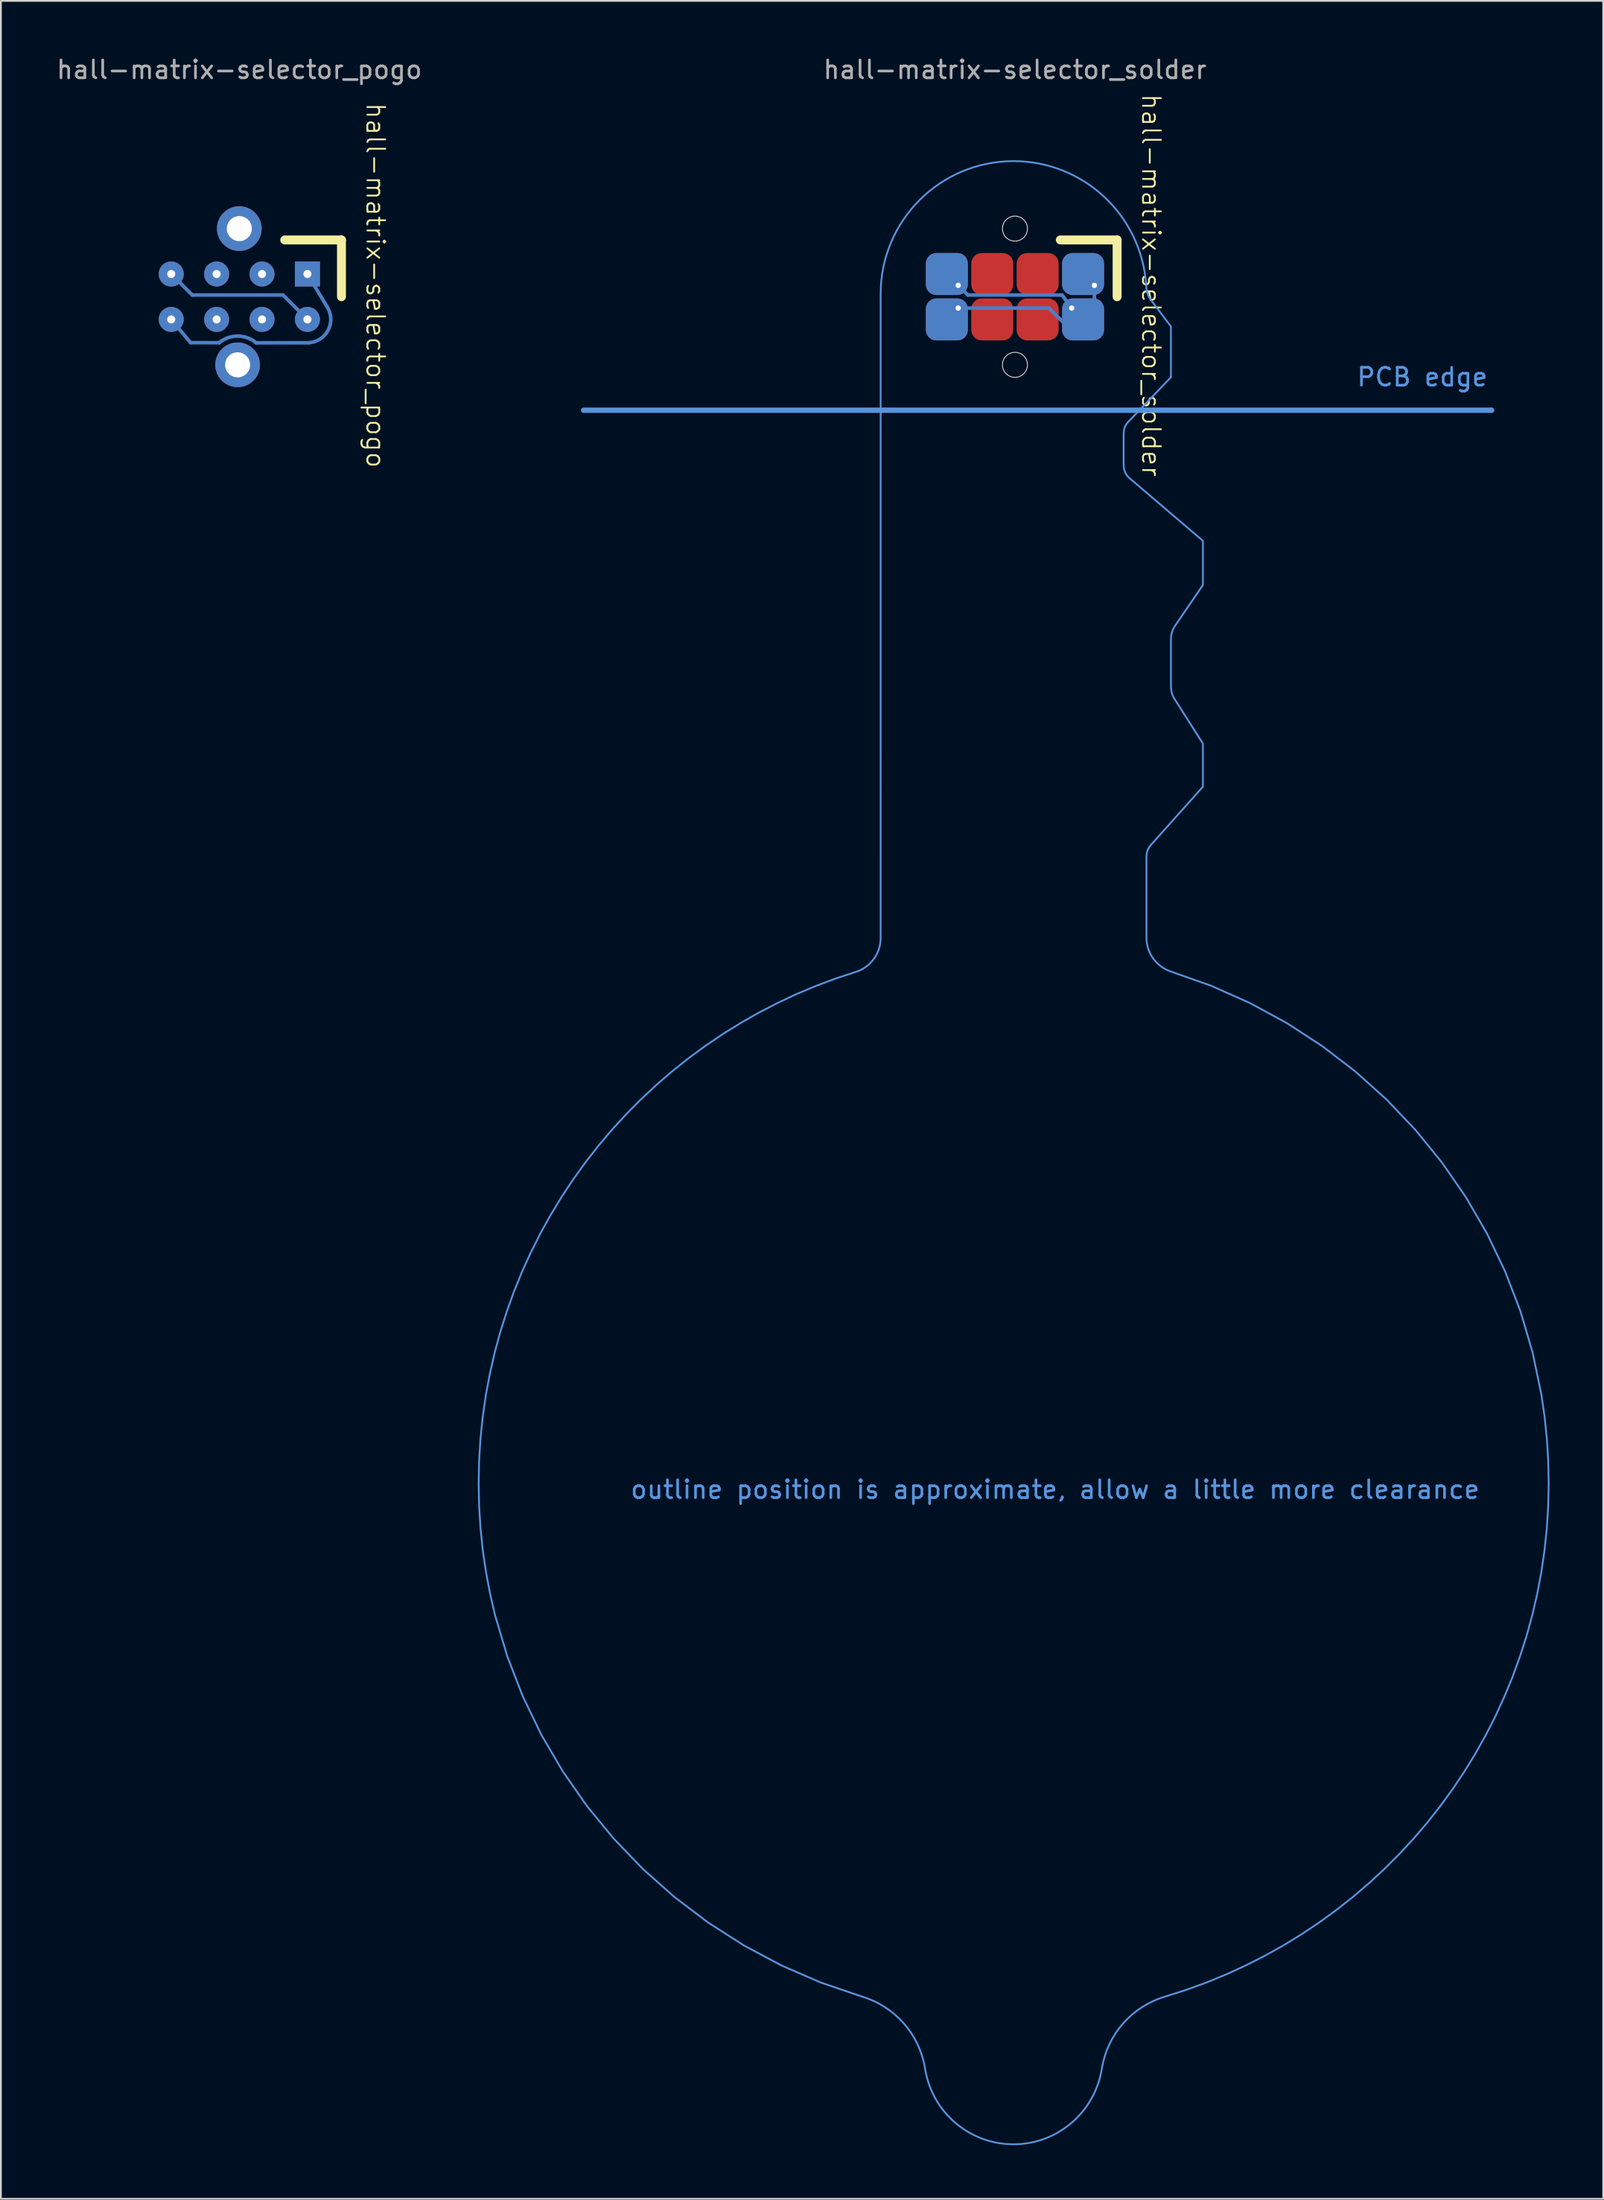
<source format=kicad_pcb>
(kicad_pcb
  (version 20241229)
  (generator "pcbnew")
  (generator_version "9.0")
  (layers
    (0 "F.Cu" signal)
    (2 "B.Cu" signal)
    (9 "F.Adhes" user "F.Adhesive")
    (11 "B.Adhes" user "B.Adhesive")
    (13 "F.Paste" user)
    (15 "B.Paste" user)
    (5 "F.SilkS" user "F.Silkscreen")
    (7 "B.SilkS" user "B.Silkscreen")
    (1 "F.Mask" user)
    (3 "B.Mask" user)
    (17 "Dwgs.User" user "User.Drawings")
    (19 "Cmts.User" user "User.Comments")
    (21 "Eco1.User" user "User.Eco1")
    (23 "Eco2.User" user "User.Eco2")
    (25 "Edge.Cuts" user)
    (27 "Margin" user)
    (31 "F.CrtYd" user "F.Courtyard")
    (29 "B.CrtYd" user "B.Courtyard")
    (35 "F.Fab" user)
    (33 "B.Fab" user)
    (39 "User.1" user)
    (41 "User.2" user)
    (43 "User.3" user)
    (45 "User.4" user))
  (footprint "hall-matrix-selector_solder"
    (layer "F.Cu")
    (at 57.543 12.278)
    (property "Reference" "hall-matrix-selector_solder" (at 3.81 0.635 270) (unlocked yes) (layer "F.SilkS") (effects (font (size 1 1) (thickness 0.1))))
    (attr smd)
    (fp_line (start -6.985 0.635) (end -6.445 1.175) (stroke (width 0.2) (type default)) (layer "B.Cu"))
    (fp_line (start -6.445 1.175) (end -1.175 1.175) (stroke (width 0.2) (type default)) (layer "B.Cu"))
    (fp_line (start -1.905 1.905) (end -6.985 1.905) (stroke (width 0.2) (type default)) (layer "B.Cu"))
    (fp_line (start -1.175 1.175) (end -0.635 1.905) (stroke (width 0.2) (type default)) (layer "B.Cu"))
    (fp_line (start -0.635 3.175) (end -1.905 1.905) (stroke (width 0.2) (type default)) (layer "B.Cu"))
    (fp_line (start 0.635 0.635) (end 0.635 2.54) (stroke (width 0.2) (type default)) (layer "B.Cu"))
    (fp_line (start 0.635 2.54) (end -0.635 3.175) (stroke (width 0.2) (type default)) (layer "B.Cu"))
    (fp_line (start -1.27 -1.905) (end 1.905 -1.905) (stroke (width 0.5) (type default)) (layer "F.SilkS"))
    (fp_line (start 1.905 -1.905) (end 1.905 1.27) (stroke (width 0.5) (type default)) (layer "F.SilkS"))
    (fp_line (start 22.86 7.62) (end -27.94 7.62) (stroke (width 0.3) (type default)) (layer "Cmts.User"))
    (fp_poly (pts (xy -3.521 -6.306) (xy -3.158 -6.279) (xy -2.801 -6.236) (xy -2.448 -6.176) (xy -2.102 -6.099) (xy -1.762 -6.006) (xy -1.429 -5.898) (xy -1.102 -5.775) (xy -0.784 -5.638) (xy -0.473 -5.486) (xy -0.17 -5.32) (xy 0.124 -5.141) (xy 0.409 -4.949) (xy 0.684 -4.744) (xy 0.949 -4.527) (xy 1.204 -4.298) (xy 1.448 -4.058) (xy 1.681 -3.807) (xy 1.902 -3.545) (xy 2.111 -3.274) (xy 2.308 -2.992) (xy 2.491 -2.702) (xy 2.662 -2.402) (xy 2.819 -2.094) (xy 2.962 -1.778) (xy 3.09 -1.454) (xy 3.203 -1.123) (xy 3.301 -0.786) (xy 3.384 -0.441) (xy 3.45 -0.091) (xy 3.499 0.265) (xy 3.532 0.625) (xy 3.536 0.695) (xy 3.542 0.761) (xy 3.549 0.825) (xy 3.559 0.887) (xy 3.57 0.946) (xy 3.583 1.004) (xy 3.598 1.06) (xy 3.615 1.114) (xy 3.635 1.167) (xy 3.657 1.219) (xy 3.682 1.27) (xy 3.709 1.32) (xy 3.739 1.37) (xy 3.772 1.42) (xy 3.809 1.47) (xy 3.848 1.519) (xy 4.916 2.935) (xy 4.916 5.776) (xy 2.614 8.182) (xy 2.563 8.237) (xy 2.516 8.289) (xy 2.475 8.338) (xy 2.438 8.386) (xy 2.406 8.433) (xy 2.378 8.479) (xy 2.354 8.525) (xy 2.334 8.572) (xy 2.317 8.62) (xy 2.303 8.67) (xy 2.292 8.722) (xy 2.283 8.778) (xy 2.277 8.837) (xy 2.273 8.901) (xy 2.271 8.969) (xy 2.27 9.043) (xy 2.27 10.647) (xy 2.271 10.682) (xy 2.272 10.716) (xy 2.274 10.75) (xy 2.277 10.783) (xy 2.281 10.815) (xy 2.286 10.847) (xy 2.291 10.878) (xy 2.297 10.909) (xy 2.304 10.938) (xy 2.312 10.968) (xy 2.321 10.996) (xy 2.33 11.024) (xy 2.351 11.078) (xy 2.374 11.13) (xy 2.4 11.18) (xy 2.429 11.227) (xy 2.46 11.272) (xy 2.494 11.314) (xy 2.53 11.355) (xy 2.567 11.393) (xy 2.607 11.429) (xy 2.649 11.463) (xy 6.706 14.924) (xy 6.706 17.397) (xy 5.199 19.603) (xy 5.159 19.662) (xy 5.123 19.719) (xy 5.09 19.774) (xy 5.061 19.828) (xy 5.035 19.881) (xy 5.012 19.933) (xy 4.992 19.984) (xy 4.974 20.037) (xy 4.959 20.089) (xy 4.947 20.143) (xy 4.937 20.199) (xy 4.929 20.256) (xy 4.923 20.317) (xy 4.919 20.38) (xy 4.917 20.446) (xy 4.916 20.516) (xy 4.916 22.96) (xy 4.917 23.031) (xy 4.919 23.098) (xy 4.923 23.163) (xy 4.929 23.225) (xy 4.937 23.285) (xy 4.947 23.342) (xy 4.959 23.398) (xy 4.974 23.453) (xy 4.991 23.507) (xy 5.01 23.56) (xy 5.032 23.612) (xy 5.057 23.665) (xy 5.085 23.717) (xy 5.116 23.77) (xy 5.15 23.824) (xy 5.187 23.879) (xy 6.706 26.267) (xy 6.706 28.681) (xy 3.883 31.84) (xy 3.834 31.896) (xy 3.79 31.949) (xy 3.75 31.999) (xy 3.715 32.047) (xy 3.684 32.094) (xy 3.656 32.14) (xy 3.633 32.186) (xy 3.613 32.233) (xy 3.596 32.281) (xy 3.582 32.331) (xy 3.57 32.384) (xy 3.562 32.44) (xy 3.555 32.5) (xy 3.551 32.565) (xy 3.549 32.635) (xy 3.548 32.711) (xy 3.548 37.124) (xy 3.55 37.205) (xy 3.554 37.285) (xy 3.562 37.365) (xy 3.573 37.444) (xy 3.588 37.521) (xy 3.605 37.598) (xy 3.625 37.673) (xy 3.648 37.748) (xy 3.673 37.821) (xy 3.702 37.892) (xy 3.733 37.963) (xy 3.767 38.032) (xy 3.803 38.099) (xy 3.842 38.165) (xy 3.883 38.229) (xy 3.927 38.292) (xy 3.973 38.353) (xy 4.021 38.412) (xy 4.072 38.469) (xy 4.125 38.525) (xy 4.18 38.578) (xy 4.237 38.63) (xy 4.296 38.679) (xy 4.357 38.726) (xy 4.42 38.771) (xy 4.485 38.814) (xy 4.551 38.854) (xy 4.619 38.892) (xy 4.689 38.928) (xy 4.761 38.961) (xy 4.834 38.991) (xy 4.908 39.019) (xy 7.165 39.814) (xy 9.335 40.78) (xy 11.41 41.908) (xy 13.381 43.19) (xy 15.242 44.618) (xy 16.983 46.183) (xy 18.596 47.879) (xy 20.074 49.696) (xy 21.409 51.627) (xy 22.592 53.663) (xy 23.615 55.797) (xy 24.47 58.02) (xy 25.149 60.324) (xy 25.644 62.701) (xy 25.82 63.914) (xy 25.947 65.142) (xy 26.024 66.385) (xy 26.05 67.641) (xy 26.024 68.907) (xy 25.946 70.159) (xy 25.817 71.398) (xy 25.638 72.62) (xy 25.41 73.826) (xy 25.135 75.015) (xy 24.813 76.185) (xy 24.445 77.335) (xy 24.033 78.465) (xy 23.577 79.573) (xy 23.079 80.658) (xy 22.539 81.719) (xy 21.958 82.756) (xy 21.339 83.767) (xy 20.68 84.751) (xy 19.985 85.706) (xy 19.253 86.633) (xy 18.486 87.53) (xy 17.684 88.396) (xy 16.85 89.229) (xy 15.983 90.03) (xy 15.085 90.796) (xy 14.157 91.527) (xy 13.2 92.222) (xy 12.215 92.88) (xy 11.203 93.499) (xy 10.165 94.079) (xy 9.102 94.618) (xy 8.016 95.116) (xy 6.906 95.571) (xy 5.775 95.983) (xy 4.623 96.35) (xy 4.28 96.463) (xy 3.949 96.599) (xy 3.63 96.757) (xy 3.325 96.936) (xy 3.034 97.135) (xy 2.758 97.353) (xy 2.499 97.59) (xy 2.257 97.844) (xy 2.033 98.114) (xy 1.828 98.4) (xy 1.643 98.7) (xy 1.479 99.014) (xy 1.337 99.34) (xy 1.218 99.678) (xy 1.123 100.026) (xy 1.052 100.384) (xy 1.012 100.608) (xy 0.963 100.828) (xy 0.904 101.044) (xy 0.835 101.256) (xy 0.758 101.464) (xy 0.672 101.668) (xy 0.577 101.866) (xy 0.474 102.06) (xy 0.363 102.249) (xy 0.243 102.432) (xy 0.117 102.61) (xy -0.017 102.781) (xy -0.159 102.947) (xy -0.307 103.106) (xy -0.462 103.259) (xy -0.623 103.405) (xy -0.79 103.544) (xy -0.964 103.675) (xy -1.143 103.799) (xy -1.328 103.916) (xy -1.518 104.024) (xy -1.714 104.124) (xy -1.914 104.216) (xy -2.118 104.299) (xy -2.327 104.373) (xy -2.541 104.438) (xy -2.758 104.494) (xy -2.979 104.54) (xy -3.203 104.576) (xy -3.43 104.602) (xy -3.661 104.618) (xy -3.894 104.623) (xy -4.127 104.618) (xy -4.357 104.602) (xy -4.585 104.576) (xy -4.809 104.54) (xy -5.03 104.494) (xy -5.247 104.438) (xy -5.46 104.373) (xy -5.669 104.299) (xy -5.874 104.216) (xy -6.074 104.124) (xy -6.269 104.024) (xy -6.459 103.916) (xy -6.644 103.799) (xy -6.823 103.675) (xy -6.997 103.544) (xy -7.165 103.405) (xy -7.326 103.259) (xy -7.481 103.106) (xy -7.629 102.947) (xy -7.77 102.781) (xy -7.904 102.61) (xy -8.031 102.432) (xy -8.15 102.249) (xy -8.261 102.06) (xy -8.364 101.866) (xy -8.459 101.668) (xy -8.545 101.464) (xy -8.623 101.256) (xy -8.691 101.044) (xy -8.75 100.828) (xy -8.8 100.608) (xy -8.84 100.384) (xy -8.872 100.204) (xy -8.91 100.026) (xy -8.955 99.851) (xy -9.006 99.678) (xy -9.125 99.34) (xy -9.266 99.014) (xy -9.43 98.7) (xy -9.615 98.4) (xy -9.819 98.114) (xy -10.043 97.844) (xy -10.284 97.59) (xy -10.543 97.353) (xy -10.817 97.135) (xy -11.107 96.936) (xy -11.411 96.757) (xy -11.728 96.599) (xy -12.057 96.463) (xy -12.397 96.351) (xy -14.678 95.572) (xy -16.873 94.619) (xy -18.972 93.5) (xy -20.968 92.223) (xy -22.852 90.797) (xy -24.616 89.231) (xy -26.251 87.531) (xy -27.75 85.708) (xy -29.103 83.768) (xy -30.303 81.721) (xy -31.341 79.574) (xy -32.209 77.336) (xy -32.899 75.016) (xy -33.174 73.827) (xy -33.402 72.621) (xy -33.581 71.398) (xy -33.71 70.16) (xy -33.788 68.907) (xy -33.814 67.641) (xy -33.788 66.384) (xy -33.711 65.14) (xy -33.584 63.91) (xy -33.408 62.695) (xy -33.183 61.497) (xy -32.912 60.316) (xy -32.594 59.153) (xy -32.231 58.01) (xy -31.824 56.887) (xy -31.375 55.785) (xy -30.883 54.706) (xy -30.35 53.65) (xy -29.777 52.619) (xy -29.166 51.613) (xy -28.516 50.634) (xy -27.83 49.682) (xy -27.107 48.758) (xy -26.35 47.864) (xy -25.559 47.001) (xy -24.735 46.169) (xy -23.879 45.37) (xy -22.993 44.604) (xy -22.077 43.873) (xy -21.132 43.178) (xy -20.159 42.519) (xy -19.159 41.898) (xy -18.134 41.316) (xy -17.084 40.774) (xy -16.011 40.272) (xy -14.915 39.812) (xy -13.797 39.395) (xy -12.659 39.021) (xy -12.516 38.965) (xy -12.378 38.899) (xy -12.247 38.823) (xy -12.123 38.736) (xy -12.005 38.641) (xy -11.895 38.538) (xy -11.794 38.426) (xy -11.701 38.307) (xy -11.617 38.18) (xy -11.542 38.047) (xy -11.478 37.908) (xy -11.424 37.764) (xy -11.381 37.614) (xy -11.35 37.46) (xy -11.331 37.302) (xy -11.327 37.221) (xy -11.325 37.14) (xy -11.324 1.121) (xy -11.314 0.739) (xy -11.286 0.361) (xy -11.238 -0.011) (xy -11.173 -0.377) (xy -11.09 -0.737) (xy -10.99 -1.09) (xy -10.873 -1.436) (xy -10.74 -1.773) (xy -10.591 -2.103) (xy -10.427 -2.423) (xy -10.248 -2.735) (xy -10.054 -3.036) (xy -9.847 -3.328) (xy -9.626 -3.609) (xy -9.392 -3.879) (xy -9.146 -4.137) (xy -8.888 -4.383) (xy -8.618 -4.617) (xy -8.337 -4.838) (xy -8.046 -5.045) (xy -7.744 -5.238) (xy -7.433 -5.417) (xy -7.112 -5.582) (xy -6.783 -5.73) (xy -6.445 -5.864) (xy -6.099 -5.981) (xy -5.746 -6.081) (xy -5.387 -6.164) (xy -5.021 -6.229) (xy -4.648 -6.276) (xy -4.271 -6.305) (xy -3.888 -6.315)) (stroke (width 0.1) (type solid)) (fill no) (layer "Cmts.User"))
    (fp_circle (center -3.81 -2.54) (end -3.11 -2.54) (stroke (width 0.05) (type default)) (fill no) (layer "Edge.Cuts"))
    (fp_circle (center -3.81 5.08) (end -3.11 5.08) (stroke (width 0.05) (type default)) (fill no) (layer "Edge.Cuts"))
    (fp_text user "PCB edge" (at 15.24 6.35 0) (unlocked yes) (layer "Cmts.User") (effects (font (size 1 1) (thickness 0.15)) (justify left bottom)))
    (fp_text user "outline position is approximate, allow a little more clearance" (at -25.4 68.58 0) (unlocked yes) (layer "Cmts.User") (effects (font (size 1 1) (thickness 0.15)) (justify left bottom)))
    (fp_text user "${REFERENCE}" (at -3.81 -11.43 0) (unlocked yes) (layer "F.Fab") (effects (font (size 1 1) (thickness 0.15))))
    (pad "1" thru_hole roundrect (at -6.985 1.905 270) (size 2.35 2.35) (drill 0.3 (offset 0.635 0.635)) (layers "*.Cu" "*.Mask") (roundrect_rratio 0.25))
    (pad "1" thru_hole roundrect (at 0.635 0.635 180) (size 2.35 2.35) (drill 0.3 (offset 0.635 0.635)) (layers "*.Cu" "*.Mask") (roundrect_rratio 0.25))
    (pad "2" thru_hole roundrect (at -6.985 0.635 180) (size 2.35 2.35) (drill 0.3 (offset 0.635 0.635)) (layers "*.Cu" "*.Mask") (roundrect_rratio 0.25))
    (pad "2" thru_hole roundrect (at -0.635 1.905) (size 2.35 2.35) (drill 0.3 (offset 0.635 0.635)) (layers "*.Cu" "*.Mask") (roundrect_rratio 0.25))
    (pad "3" smd roundrect (at -2.54 0 180) (size 2.35 2.35) (layers "F.Cu" "F.Mask" "F.Paste") (roundrect_rratio 0.25))
    (pad "4" smd roundrect (at -2.54 2.54 180) (size 2.35 2.35) (layers "F.Cu" "F.Mask" "F.Paste") (roundrect_rratio 0.25))
    (pad "5" smd roundrect (at -5.08 0 180) (size 2.35 2.35) (layers "F.Cu" "F.Mask" "F.Paste") (roundrect_rratio 0.25))
    (pad "6" smd roundrect (at -5.08 2.54 180) (size 2.35 2.35) (layers "F.Cu" "F.Mask" "F.Paste") (roundrect_rratio 0.25)))
  (footprint "hall-matrix-selector_pogo"
    (layer "F.Cu")
    (at 14.149 12.278)
    (property "Reference" "hall-matrix-selector_pogo" (at 3.81 0.635 270) (unlocked yes) (layer "F.SilkS") (effects (font (size 1 1) (thickness 0.1))))
    (attr smd)
    (fp_line (start -7.62 0) (end -6.445 1.175) (stroke (width 0.2) (type default)) (layer "B.Cu"))
    (fp_line (start -6.54 3.84) (end -7.62 2.54) (stroke (width 0.2) (type default)) (layer "B.Cu"))
    (fp_line (start -6.54 3.84) (end -4.934 3.845) (stroke (width 0.2) (type default)) (layer "B.Cu"))
    (fp_line (start -6.445 1.175) (end -1.365 1.175) (stroke (width 0.2) (type default)) (layer "B.Cu"))
    (fp_line (start -2.87 3.85) (end 0.059 3.846) (stroke (width 0.2) (type default)) (layer "B.Cu"))
    (fp_line (start -1.365 1.175) (end 0 2.54) (stroke (width 0.2) (type default)) (layer "B.Cu"))
    (fp_line (start 0 0) (end 1.11 1.85) (stroke (width 0.2) (type default)) (layer "B.Cu"))
    (fp_arc (start -4.93411 3.845068) (mid -3.901159 3.472483) (end -2.87 3.85) (stroke (width 0.2) (type default)) (layer "B.Cu"))
    (fp_arc (start 1.109999 1.85) (mid 1.156493 3.148866) (end 0.059346 3.845632) (stroke (width 0.2) (type default)) (layer "B.Cu"))
    (fp_line (start -1.27 -1.905) (end 1.905 -1.905) (stroke (width 0.5) (type default)) (layer "F.SilkS"))
    (fp_line (start 1.905 -1.905) (end 1.905 1.27) (stroke (width 0.5) (type default)) (layer "F.SilkS"))
    (fp_text user "${REFERENCE}" (at -3.81 -11.43 0) (unlocked yes) (layer "F.Fab") (effects (font (size 1 1) (thickness 0.15))))
    (pad "1" thru_hole circle (at -7.62 2.54 180) (size 1.4 1.4) (drill 0.45) (layers "*.Cu" "*.Mask"))
    (pad "1" thru_hole rect (at 0 0 180) (size 1.4 1.4) (drill 0.45) (layers "*.Cu" "*.Mask"))
    (pad "2" thru_hole circle (at -7.62 0 180) (size 1.4 1.4) (drill 0.45) (layers "*.Cu" "*.Mask"))
    (pad "2" thru_hole circle (at 0 2.54 180) (size 1.4 1.4) (drill 0.45) (layers "*.Cu" "*.Mask"))
    (pad "3" thru_hole circle (at -2.54 0 180) (size 1.4 1.4) (drill 0.45) (layers "*.Cu" "*.Mask"))
    (pad "4" thru_hole circle (at -2.54 2.54 180) (size 1.4 1.4) (drill 0.45) (layers "*.Cu" "*.Mask"))
    (pad "5" thru_hole circle (at -5.08 0 180) (size 1.4 1.4) (drill 0.45) (layers "*.Cu" "*.Mask"))
    (pad "6" thru_hole circle (at -5.08 2.54 180) (size 1.4 1.4) (drill 0.45) (layers "*.Cu" "*.Mask"))
    (pad "7" thru_hole circle (at -3.905 5.08 180) (size 2.5 2.5) (drill 1.4) (layers "*.Cu" "*.Mask"))
    (pad "7" thru_hole circle (at -3.81 -2.54 180) (size 2.5 2.5) (drill 1.4) (layers "*.Cu" "*.Mask")))
  (gr_rect
    (start -3 -3)
    (end 86.643 119.951)
    (stroke (width 0.1) (type default))
    (fill no)
    (layer "Edge.Cuts")))
</source>
